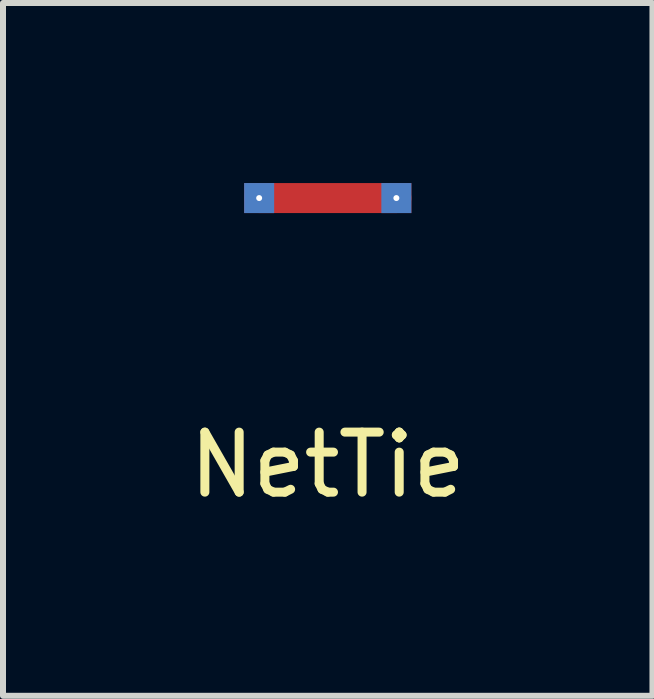
<source format=kicad_pcb>
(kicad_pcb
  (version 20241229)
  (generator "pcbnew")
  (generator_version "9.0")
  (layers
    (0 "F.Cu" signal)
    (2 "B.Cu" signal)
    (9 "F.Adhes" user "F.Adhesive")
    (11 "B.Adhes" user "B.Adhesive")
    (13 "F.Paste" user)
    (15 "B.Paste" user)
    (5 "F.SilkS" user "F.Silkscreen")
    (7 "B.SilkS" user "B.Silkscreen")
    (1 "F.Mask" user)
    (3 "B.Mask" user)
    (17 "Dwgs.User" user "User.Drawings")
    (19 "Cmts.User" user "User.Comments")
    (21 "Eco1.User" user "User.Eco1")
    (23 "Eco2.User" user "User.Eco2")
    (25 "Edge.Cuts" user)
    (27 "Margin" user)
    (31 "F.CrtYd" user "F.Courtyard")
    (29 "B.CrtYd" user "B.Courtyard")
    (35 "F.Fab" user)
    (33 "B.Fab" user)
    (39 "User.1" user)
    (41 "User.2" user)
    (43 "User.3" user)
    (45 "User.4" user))
  (footprint "NetTie"
    (layer "F.Cu")
    (at 2.411 0.25)
    (property "Reference" "NetTie" (at 0 4.445 0) (layer "F.SilkS") (effects (font (size 1 1) (thickness 0.15))))
    (attr through_hole)
    (fp_line (start -1.143 0) (end 1.143 0) (stroke (width 0.5) (type solid)) (layer "F.Cu"))
    (pad "1" thru_hole rect (at -1.143 0) (size 0.5 0.5) (drill 0.1) (layers "*.Cu"))
    (pad "2" thru_hole rect (at 1.143 0) (size 0.5 0.5) (drill 0.1) (layers "*.Cu")))
  (gr_rect
    (start -3 -3)
    (end 7.821 8.543)
    (stroke (width 0.1) (type default))
    (fill no)
    (layer "Edge.Cuts")))
</source>
